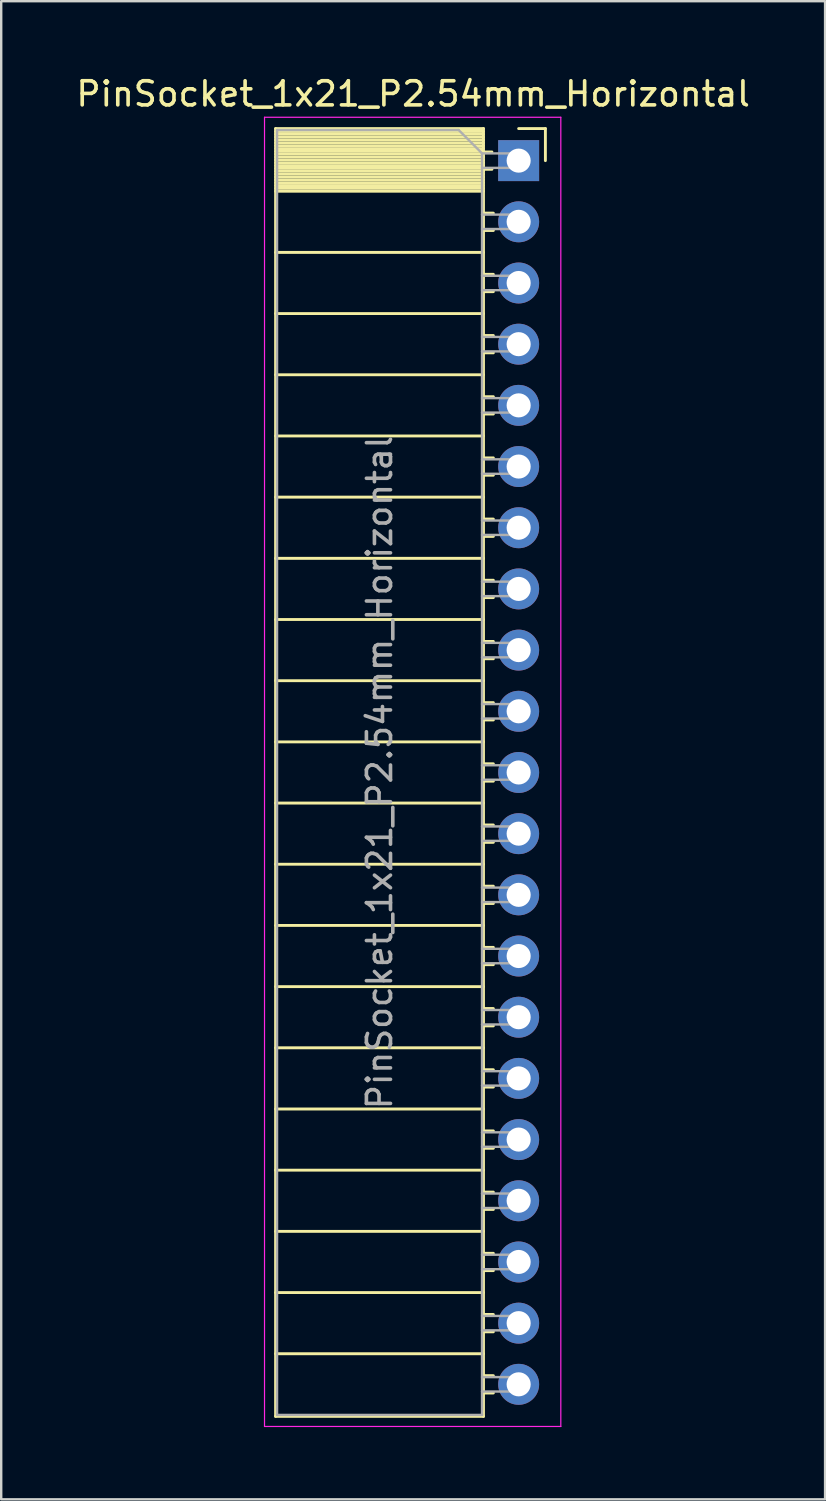
<source format=kicad_pcb>
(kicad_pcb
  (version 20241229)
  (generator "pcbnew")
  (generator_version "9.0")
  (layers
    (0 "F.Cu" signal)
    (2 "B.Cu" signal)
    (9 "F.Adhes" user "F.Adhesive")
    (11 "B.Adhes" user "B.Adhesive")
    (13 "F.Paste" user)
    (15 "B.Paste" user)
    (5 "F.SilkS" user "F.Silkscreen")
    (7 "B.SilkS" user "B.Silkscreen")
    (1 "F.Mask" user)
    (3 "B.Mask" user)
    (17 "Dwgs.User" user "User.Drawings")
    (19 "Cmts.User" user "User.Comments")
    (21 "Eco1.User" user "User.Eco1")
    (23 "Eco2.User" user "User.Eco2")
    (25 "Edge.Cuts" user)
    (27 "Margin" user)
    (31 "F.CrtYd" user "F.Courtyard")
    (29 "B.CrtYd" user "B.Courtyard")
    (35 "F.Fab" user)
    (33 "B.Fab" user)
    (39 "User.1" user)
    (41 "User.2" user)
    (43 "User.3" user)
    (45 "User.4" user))
  (footprint "PinSocket_1x21_P2.54mm_Horizontal"
    (layer "F.Cu")
    (at 18.481 3.618)
    (property "Reference" "PinSocket_1x21_P2.54mm_Horizontal" (at -4.38 -2.77 0) (layer "F.SilkS") (effects (font (size 1 1) (thickness 0.15))))
    (attr through_hole)
    (fp_line (start -10.09 -1.33) (end -10.09 52.13) (stroke (width 0.12) (type solid)) (layer "F.SilkS"))
    (fp_line (start -10.09 -1.33) (end -1.46 -1.33) (stroke (width 0.12) (type solid)) (layer "F.SilkS"))
    (fp_line (start -10.09 -1.21) (end -1.46 -1.21) (stroke (width 0.12) (type solid)) (layer "F.SilkS"))
    (fp_line (start -10.09 -1.092) (end -1.46 -1.092) (stroke (width 0.12) (type solid)) (layer "F.SilkS"))
    (fp_line (start -10.09 -0.974) (end -1.46 -0.974) (stroke (width 0.12) (type solid)) (layer "F.SilkS"))
    (fp_line (start -10.09 -0.856) (end -1.46 -0.856) (stroke (width 0.12) (type solid)) (layer "F.SilkS"))
    (fp_line (start -10.09 -0.738) (end -1.46 -0.738) (stroke (width 0.12) (type solid)) (layer "F.SilkS"))
    (fp_line (start -10.09 -0.62) (end -1.46 -0.62) (stroke (width 0.12) (type solid)) (layer "F.SilkS"))
    (fp_line (start -10.09 -0.501) (end -1.46 -0.501) (stroke (width 0.12) (type solid)) (layer "F.SilkS"))
    (fp_line (start -10.09 -0.383) (end -1.46 -0.383) (stroke (width 0.12) (type solid)) (layer "F.SilkS"))
    (fp_line (start -10.09 -0.265) (end -1.46 -0.265) (stroke (width 0.12) (type solid)) (layer "F.SilkS"))
    (fp_line (start -10.09 -0.147) (end -1.46 -0.147) (stroke (width 0.12) (type solid)) (layer "F.SilkS"))
    (fp_line (start -10.09 -0.029) (end -1.46 -0.029) (stroke (width 0.12) (type solid)) (layer "F.SilkS"))
    (fp_line (start -10.09 0.089) (end -1.46 0.089) (stroke (width 0.12) (type solid)) (layer "F.SilkS"))
    (fp_line (start -10.09 0.207) (end -1.46 0.207) (stroke (width 0.12) (type solid)) (layer "F.SilkS"))
    (fp_line (start -10.09 0.325) (end -1.46 0.325) (stroke (width 0.12) (type solid)) (layer "F.SilkS"))
    (fp_line (start -10.09 0.443) (end -1.46 0.443) (stroke (width 0.12) (type solid)) (layer "F.SilkS"))
    (fp_line (start -10.09 0.561) (end -1.46 0.561) (stroke (width 0.12) (type solid)) (layer "F.SilkS"))
    (fp_line (start -10.09 0.68) (end -1.46 0.68) (stroke (width 0.12) (type solid)) (layer "F.SilkS"))
    (fp_line (start -10.09 0.798) (end -1.46 0.798) (stroke (width 0.12) (type solid)) (layer "F.SilkS"))
    (fp_line (start -10.09 0.916) (end -1.46 0.916) (stroke (width 0.12) (type solid)) (layer "F.SilkS"))
    (fp_line (start -10.09 1.034) (end -1.46 1.034) (stroke (width 0.12) (type solid)) (layer "F.SilkS"))
    (fp_line (start -10.09 1.152) (end -1.46 1.152) (stroke (width 0.12) (type solid)) (layer "F.SilkS"))
    (fp_line (start -10.09 1.27) (end -1.46 1.27) (stroke (width 0.12) (type solid)) (layer "F.SilkS"))
    (fp_line (start -10.09 3.81) (end -1.46 3.81) (stroke (width 0.12) (type solid)) (layer "F.SilkS"))
    (fp_line (start -10.09 6.35) (end -1.46 6.35) (stroke (width 0.12) (type solid)) (layer "F.SilkS"))
    (fp_line (start -10.09 8.89) (end -1.46 8.89) (stroke (width 0.12) (type solid)) (layer "F.SilkS"))
    (fp_line (start -10.09 11.43) (end -1.46 11.43) (stroke (width 0.12) (type solid)) (layer "F.SilkS"))
    (fp_line (start -10.09 13.97) (end -1.46 13.97) (stroke (width 0.12) (type solid)) (layer "F.SilkS"))
    (fp_line (start -10.09 16.51) (end -1.46 16.51) (stroke (width 0.12) (type solid)) (layer "F.SilkS"))
    (fp_line (start -10.09 19.05) (end -1.46 19.05) (stroke (width 0.12) (type solid)) (layer "F.SilkS"))
    (fp_line (start -10.09 21.59) (end -1.46 21.59) (stroke (width 0.12) (type solid)) (layer "F.SilkS"))
    (fp_line (start -10.09 24.13) (end -1.46 24.13) (stroke (width 0.12) (type solid)) (layer "F.SilkS"))
    (fp_line (start -10.09 26.67) (end -1.46 26.67) (stroke (width 0.12) (type solid)) (layer "F.SilkS"))
    (fp_line (start -10.09 29.21) (end -1.46 29.21) (stroke (width 0.12) (type solid)) (layer "F.SilkS"))
    (fp_line (start -10.09 31.75) (end -1.46 31.75) (stroke (width 0.12) (type solid)) (layer "F.SilkS"))
    (fp_line (start -10.09 34.29) (end -1.46 34.29) (stroke (width 0.12) (type solid)) (layer "F.SilkS"))
    (fp_line (start -10.09 36.83) (end -1.46 36.83) (stroke (width 0.12) (type solid)) (layer "F.SilkS"))
    (fp_line (start -10.09 39.37) (end -1.46 39.37) (stroke (width 0.12) (type solid)) (layer "F.SilkS"))
    (fp_line (start -10.09 41.91) (end -1.46 41.91) (stroke (width 0.12) (type solid)) (layer "F.SilkS"))
    (fp_line (start -10.09 44.45) (end -1.46 44.45) (stroke (width 0.12) (type solid)) (layer "F.SilkS"))
    (fp_line (start -10.09 46.99) (end -1.46 46.99) (stroke (width 0.12) (type solid)) (layer "F.SilkS"))
    (fp_line (start -10.09 49.53) (end -1.46 49.53) (stroke (width 0.12) (type solid)) (layer "F.SilkS"))
    (fp_line (start -10.09 52.13) (end -1.46 52.13) (stroke (width 0.12) (type solid)) (layer "F.SilkS"))
    (fp_line (start -1.46 -1.33) (end -1.46 52.13) (stroke (width 0.12) (type solid)) (layer "F.SilkS"))
    (fp_line (start -1.46 -0.36) (end -1.11 -0.36) (stroke (width 0.12) (type solid)) (layer "F.SilkS"))
    (fp_line (start -1.46 0.36) (end -1.11 0.36) (stroke (width 0.12) (type solid)) (layer "F.SilkS"))
    (fp_line (start -1.46 2.18) (end -1.05 2.18) (stroke (width 0.12) (type solid)) (layer "F.SilkS"))
    (fp_line (start -1.46 2.9) (end -1.05 2.9) (stroke (width 0.12) (type solid)) (layer "F.SilkS"))
    (fp_line (start -1.46 4.72) (end -1.05 4.72) (stroke (width 0.12) (type solid)) (layer "F.SilkS"))
    (fp_line (start -1.46 5.44) (end -1.05 5.44) (stroke (width 0.12) (type solid)) (layer "F.SilkS"))
    (fp_line (start -1.46 7.26) (end -1.05 7.26) (stroke (width 0.12) (type solid)) (layer "F.SilkS"))
    (fp_line (start -1.46 7.98) (end -1.05 7.98) (stroke (width 0.12) (type solid)) (layer "F.SilkS"))
    (fp_line (start -1.46 9.8) (end -1.05 9.8) (stroke (width 0.12) (type solid)) (layer "F.SilkS"))
    (fp_line (start -1.46 10.52) (end -1.05 10.52) (stroke (width 0.12) (type solid)) (layer "F.SilkS"))
    (fp_line (start -1.46 12.34) (end -1.05 12.34) (stroke (width 0.12) (type solid)) (layer "F.SilkS"))
    (fp_line (start -1.46 13.06) (end -1.05 13.06) (stroke (width 0.12) (type solid)) (layer "F.SilkS"))
    (fp_line (start -1.46 14.88) (end -1.05 14.88) (stroke (width 0.12) (type solid)) (layer "F.SilkS"))
    (fp_line (start -1.46 15.6) (end -1.05 15.6) (stroke (width 0.12) (type solid)) (layer "F.SilkS"))
    (fp_line (start -1.46 17.42) (end -1.05 17.42) (stroke (width 0.12) (type solid)) (layer "F.SilkS"))
    (fp_line (start -1.46 18.14) (end -1.05 18.14) (stroke (width 0.12) (type solid)) (layer "F.SilkS"))
    (fp_line (start -1.46 19.96) (end -1.05 19.96) (stroke (width 0.12) (type solid)) (layer "F.SilkS"))
    (fp_line (start -1.46 20.68) (end -1.05 20.68) (stroke (width 0.12) (type solid)) (layer "F.SilkS"))
    (fp_line (start -1.46 22.5) (end -1.05 22.5) (stroke (width 0.12) (type solid)) (layer "F.SilkS"))
    (fp_line (start -1.46 23.22) (end -1.05 23.22) (stroke (width 0.12) (type solid)) (layer "F.SilkS"))
    (fp_line (start -1.46 25.04) (end -1.05 25.04) (stroke (width 0.12) (type solid)) (layer "F.SilkS"))
    (fp_line (start -1.46 25.76) (end -1.05 25.76) (stroke (width 0.12) (type solid)) (layer "F.SilkS"))
    (fp_line (start -1.46 27.58) (end -1.05 27.58) (stroke (width 0.12) (type solid)) (layer "F.SilkS"))
    (fp_line (start -1.46 28.3) (end -1.05 28.3) (stroke (width 0.12) (type solid)) (layer "F.SilkS"))
    (fp_line (start -1.46 30.12) (end -1.05 30.12) (stroke (width 0.12) (type solid)) (layer "F.SilkS"))
    (fp_line (start -1.46 30.84) (end -1.05 30.84) (stroke (width 0.12) (type solid)) (layer "F.SilkS"))
    (fp_line (start -1.46 32.66) (end -1.05 32.66) (stroke (width 0.12) (type solid)) (layer "F.SilkS"))
    (fp_line (start -1.46 33.38) (end -1.05 33.38) (stroke (width 0.12) (type solid)) (layer "F.SilkS"))
    (fp_line (start -1.46 35.2) (end -1.05 35.2) (stroke (width 0.12) (type solid)) (layer "F.SilkS"))
    (fp_line (start -1.46 35.92) (end -1.05 35.92) (stroke (width 0.12) (type solid)) (layer "F.SilkS"))
    (fp_line (start -1.46 37.74) (end -1.05 37.74) (stroke (width 0.12) (type solid)) (layer "F.SilkS"))
    (fp_line (start -1.46 38.46) (end -1.05 38.46) (stroke (width 0.12) (type solid)) (layer "F.SilkS"))
    (fp_line (start -1.46 40.28) (end -1.05 40.28) (stroke (width 0.12) (type solid)) (layer "F.SilkS"))
    (fp_line (start -1.46 41) (end -1.05 41) (stroke (width 0.12) (type solid)) (layer "F.SilkS"))
    (fp_line (start -1.46 42.82) (end -1.05 42.82) (stroke (width 0.12) (type solid)) (layer "F.SilkS"))
    (fp_line (start -1.46 43.54) (end -1.05 43.54) (stroke (width 0.12) (type solid)) (layer "F.SilkS"))
    (fp_line (start -1.46 45.36) (end -1.05 45.36) (stroke (width 0.12) (type solid)) (layer "F.SilkS"))
    (fp_line (start -1.46 46.08) (end -1.05 46.08) (stroke (width 0.12) (type solid)) (layer "F.SilkS"))
    (fp_line (start -1.46 47.9) (end -1.05 47.9) (stroke (width 0.12) (type solid)) (layer "F.SilkS"))
    (fp_line (start -1.46 48.62) (end -1.05 48.62) (stroke (width 0.12) (type solid)) (layer "F.SilkS"))
    (fp_line (start -1.46 50.44) (end -1.05 50.44) (stroke (width 0.12) (type solid)) (layer "F.SilkS"))
    (fp_line (start -1.46 51.16) (end -1.05 51.16) (stroke (width 0.12) (type solid)) (layer "F.SilkS"))
    (fp_line (start 0 -1.33) (end 1.11 -1.33) (stroke (width 0.12) (type solid)) (layer "F.SilkS"))
    (fp_line (start 1.11 -1.33) (end 1.11 0) (stroke (width 0.12) (type solid)) (layer "F.SilkS"))
    (fp_line (start -10.55 -1.8) (end -10.55 52.55) (stroke (width 0.05) (type solid)) (layer "F.CrtYd"))
    (fp_line (start -10.55 52.55) (end 1.75 52.55) (stroke (width 0.05) (type solid)) (layer "F.CrtYd"))
    (fp_line (start 1.75 -1.8) (end -10.55 -1.8) (stroke (width 0.05) (type solid)) (layer "F.CrtYd"))
    (fp_line (start 1.75 52.55) (end 1.75 -1.8) (stroke (width 0.05) (type solid)) (layer "F.CrtYd"))
    (fp_line (start -10.03 -1.27) (end -2.49 -1.27) (stroke (width 0.1) (type solid)) (layer "F.Fab"))
    (fp_line (start -10.03 52.07) (end -10.03 -1.27) (stroke (width 0.1) (type solid)) (layer "F.Fab"))
    (fp_line (start -2.49 -1.27) (end -1.52 -0.3) (stroke (width 0.1) (type solid)) (layer "F.Fab"))
    (fp_line (start -1.52 -0.3) (end -1.52 52.07) (stroke (width 0.1) (type solid)) (layer "F.Fab"))
    (fp_line (start -1.52 0.3) (end 0 0.3) (stroke (width 0.1) (type solid)) (layer "F.Fab"))
    (fp_line (start -1.52 2.84) (end 0 2.84) (stroke (width 0.1) (type solid)) (layer "F.Fab"))
    (fp_line (start -1.52 5.38) (end 0 5.38) (stroke (width 0.1) (type solid)) (layer "F.Fab"))
    (fp_line (start -1.52 7.92) (end 0 7.92) (stroke (width 0.1) (type solid)) (layer "F.Fab"))
    (fp_line (start -1.52 10.46) (end 0 10.46) (stroke (width 0.1) (type solid)) (layer "F.Fab"))
    (fp_line (start -1.52 13) (end 0 13) (stroke (width 0.1) (type solid)) (layer "F.Fab"))
    (fp_line (start -1.52 15.54) (end 0 15.54) (stroke (width 0.1) (type solid)) (layer "F.Fab"))
    (fp_line (start -1.52 18.08) (end 0 18.08) (stroke (width 0.1) (type solid)) (layer "F.Fab"))
    (fp_line (start -1.52 20.62) (end 0 20.62) (stroke (width 0.1) (type solid)) (layer "F.Fab"))
    (fp_line (start -1.52 23.16) (end 0 23.16) (stroke (width 0.1) (type solid)) (layer "F.Fab"))
    (fp_line (start -1.52 25.7) (end 0 25.7) (stroke (width 0.1) (type solid)) (layer "F.Fab"))
    (fp_line (start -1.52 28.24) (end 0 28.24) (stroke (width 0.1) (type solid)) (layer "F.Fab"))
    (fp_line (start -1.52 30.78) (end 0 30.78) (stroke (width 0.1) (type solid)) (layer "F.Fab"))
    (fp_line (start -1.52 33.32) (end 0 33.32) (stroke (width 0.1) (type solid)) (layer "F.Fab"))
    (fp_line (start -1.52 35.86) (end 0 35.86) (stroke (width 0.1) (type solid)) (layer "F.Fab"))
    (fp_line (start -1.52 38.4) (end 0 38.4) (stroke (width 0.1) (type solid)) (layer "F.Fab"))
    (fp_line (start -1.52 40.94) (end 0 40.94) (stroke (width 0.1) (type solid)) (layer "F.Fab"))
    (fp_line (start -1.52 43.48) (end 0 43.48) (stroke (width 0.1) (type solid)) (layer "F.Fab"))
    (fp_line (start -1.52 46.02) (end 0 46.02) (stroke (width 0.1) (type solid)) (layer "F.Fab"))
    (fp_line (start -1.52 48.56) (end 0 48.56) (stroke (width 0.1) (type solid)) (layer "F.Fab"))
    (fp_line (start -1.52 51.1) (end 0 51.1) (stroke (width 0.1) (type solid)) (layer "F.Fab"))
    (fp_line (start -1.52 52.07) (end -10.03 52.07) (stroke (width 0.1) (type solid)) (layer "F.Fab"))
    (fp_line (start 0 -0.3) (end -1.52 -0.3) (stroke (width 0.1) (type solid)) (layer "F.Fab"))
    (fp_line (start 0 0.3) (end 0 -0.3) (stroke (width 0.1) (type solid)) (layer "F.Fab"))
    (fp_line (start 0 2.24) (end -1.52 2.24) (stroke (width 0.1) (type solid)) (layer "F.Fab"))
    (fp_line (start 0 2.84) (end 0 2.24) (stroke (width 0.1) (type solid)) (layer "F.Fab"))
    (fp_line (start 0 4.78) (end -1.52 4.78) (stroke (width 0.1) (type solid)) (layer "F.Fab"))
    (fp_line (start 0 5.38) (end 0 4.78) (stroke (width 0.1) (type solid)) (layer "F.Fab"))
    (fp_line (start 0 7.32) (end -1.52 7.32) (stroke (width 0.1) (type solid)) (layer "F.Fab"))
    (fp_line (start 0 7.92) (end 0 7.32) (stroke (width 0.1) (type solid)) (layer "F.Fab"))
    (fp_line (start 0 9.86) (end -1.52 9.86) (stroke (width 0.1) (type solid)) (layer "F.Fab"))
    (fp_line (start 0 10.46) (end 0 9.86) (stroke (width 0.1) (type solid)) (layer "F.Fab"))
    (fp_line (start 0 12.4) (end -1.52 12.4) (stroke (width 0.1) (type solid)) (layer "F.Fab"))
    (fp_line (start 0 13) (end 0 12.4) (stroke (width 0.1) (type solid)) (layer "F.Fab"))
    (fp_line (start 0 14.94) (end -1.52 14.94) (stroke (width 0.1) (type solid)) (layer "F.Fab"))
    (fp_line (start 0 15.54) (end 0 14.94) (stroke (width 0.1) (type solid)) (layer "F.Fab"))
    (fp_line (start 0 17.48) (end -1.52 17.48) (stroke (width 0.1) (type solid)) (layer "F.Fab"))
    (fp_line (start 0 18.08) (end 0 17.48) (stroke (width 0.1) (type solid)) (layer "F.Fab"))
    (fp_line (start 0 20.02) (end -1.52 20.02) (stroke (width 0.1) (type solid)) (layer "F.Fab"))
    (fp_line (start 0 20.62) (end 0 20.02) (stroke (width 0.1) (type solid)) (layer "F.Fab"))
    (fp_line (start 0 22.56) (end -1.52 22.56) (stroke (width 0.1) (type solid)) (layer "F.Fab"))
    (fp_line (start 0 23.16) (end 0 22.56) (stroke (width 0.1) (type solid)) (layer "F.Fab"))
    (fp_line (start 0 25.1) (end -1.52 25.1) (stroke (width 0.1) (type solid)) (layer "F.Fab"))
    (fp_line (start 0 25.7) (end 0 25.1) (stroke (width 0.1) (type solid)) (layer "F.Fab"))
    (fp_line (start 0 27.64) (end -1.52 27.64) (stroke (width 0.1) (type solid)) (layer "F.Fab"))
    (fp_line (start 0 28.24) (end 0 27.64) (stroke (width 0.1) (type solid)) (layer "F.Fab"))
    (fp_line (start 0 30.18) (end -1.52 30.18) (stroke (width 0.1) (type solid)) (layer "F.Fab"))
    (fp_line (start 0 30.78) (end 0 30.18) (stroke (width 0.1) (type solid)) (layer "F.Fab"))
    (fp_line (start 0 32.72) (end -1.52 32.72) (stroke (width 0.1) (type solid)) (layer "F.Fab"))
    (fp_line (start 0 33.32) (end 0 32.72) (stroke (width 0.1) (type solid)) (layer "F.Fab"))
    (fp_line (start 0 35.26) (end -1.52 35.26) (stroke (width 0.1) (type solid)) (layer "F.Fab"))
    (fp_line (start 0 35.86) (end 0 35.26) (stroke (width 0.1) (type solid)) (layer "F.Fab"))
    (fp_line (start 0 37.8) (end -1.52 37.8) (stroke (width 0.1) (type solid)) (layer "F.Fab"))
    (fp_line (start 0 38.4) (end 0 37.8) (stroke (width 0.1) (type solid)) (layer "F.Fab"))
    (fp_line (start 0 40.34) (end -1.52 40.34) (stroke (width 0.1) (type solid)) (layer "F.Fab"))
    (fp_line (start 0 40.94) (end 0 40.34) (stroke (width 0.1) (type solid)) (layer "F.Fab"))
    (fp_line (start 0 42.88) (end -1.52 42.88) (stroke (width 0.1) (type solid)) (layer "F.Fab"))
    (fp_line (start 0 43.48) (end 0 42.88) (stroke (width 0.1) (type solid)) (layer "F.Fab"))
    (fp_line (start 0 45.42) (end -1.52 45.42) (stroke (width 0.1) (type solid)) (layer "F.Fab"))
    (fp_line (start 0 46.02) (end 0 45.42) (stroke (width 0.1) (type solid)) (layer "F.Fab"))
    (fp_line (start 0 47.96) (end -1.52 47.96) (stroke (width 0.1) (type solid)) (layer "F.Fab"))
    (fp_line (start 0 48.56) (end 0 47.96) (stroke (width 0.1) (type solid)) (layer "F.Fab"))
    (fp_line (start 0 50.5) (end -1.52 50.5) (stroke (width 0.1) (type solid)) (layer "F.Fab"))
    (fp_line (start 0 51.1) (end 0 50.5) (stroke (width 0.1) (type solid)) (layer "F.Fab"))
    (fp_text user "${REFERENCE}" (at -5.775 25.4 90) (layer "F.Fab") (effects (font (size 1 1) (thickness 0.15))))
    (pad "1" thru_hole rect (at 0 0) (size 1.7 1.7) (drill 1) (layers "*.Cu" "*.Mask"))
    (pad "2" thru_hole oval (at 0 2.54) (size 1.7 1.7) (drill 1) (layers "*.Cu" "*.Mask"))
    (pad "3" thru_hole oval (at 0 5.08) (size 1.7 1.7) (drill 1) (layers "*.Cu" "*.Mask"))
    (pad "4" thru_hole oval (at 0 7.62) (size 1.7 1.7) (drill 1) (layers "*.Cu" "*.Mask"))
    (pad "5" thru_hole oval (at 0 10.16) (size 1.7 1.7) (drill 1) (layers "*.Cu" "*.Mask"))
    (pad "6" thru_hole oval (at 0 12.7) (size 1.7 1.7) (drill 1) (layers "*.Cu" "*.Mask"))
    (pad "7" thru_hole oval (at 0 15.24) (size 1.7 1.7) (drill 1) (layers "*.Cu" "*.Mask"))
    (pad "8" thru_hole oval (at 0 17.78) (size 1.7 1.7) (drill 1) (layers "*.Cu" "*.Mask"))
    (pad "9" thru_hole oval (at 0 20.32) (size 1.7 1.7) (drill 1) (layers "*.Cu" "*.Mask"))
    (pad "10" thru_hole oval (at 0 22.86) (size 1.7 1.7) (drill 1) (layers "*.Cu" "*.Mask"))
    (pad "11" thru_hole oval (at 0 25.4) (size 1.7 1.7) (drill 1) (layers "*.Cu" "*.Mask"))
    (pad "12" thru_hole oval (at 0 27.94) (size 1.7 1.7) (drill 1) (layers "*.Cu" "*.Mask"))
    (pad "13" thru_hole oval (at 0 30.48) (size 1.7 1.7) (drill 1) (layers "*.Cu" "*.Mask"))
    (pad "14" thru_hole oval (at 0 33.02) (size 1.7 1.7) (drill 1) (layers "*.Cu" "*.Mask"))
    (pad "15" thru_hole oval (at 0 35.56) (size 1.7 1.7) (drill 1) (layers "*.Cu" "*.Mask"))
    (pad "16" thru_hole oval (at 0 38.1) (size 1.7 1.7) (drill 1) (layers "*.Cu" "*.Mask"))
    (pad "17" thru_hole oval (at 0 40.64) (size 1.7 1.7) (drill 1) (layers "*.Cu" "*.Mask"))
    (pad "18" thru_hole oval (at 0 43.18) (size 1.7 1.7) (drill 1) (layers "*.Cu" "*.Mask"))
    (pad "19" thru_hole oval (at 0 45.72) (size 1.7 1.7) (drill 1) (layers "*.Cu" "*.Mask"))
    (pad "20" thru_hole oval (at 0 48.26) (size 1.7 1.7) (drill 1) (layers "*.Cu" "*.Mask"))
    (pad "21" thru_hole oval (at 0 50.8) (size 1.7 1.7) (drill 1) (layers "*.Cu" "*.Mask")))
  (gr_rect
    (start -3 -3)
    (end 31.202 59.193)
    (stroke (width 0.1) (type default))
    (fill no)
    (layer "Edge.Cuts")))
</source>
